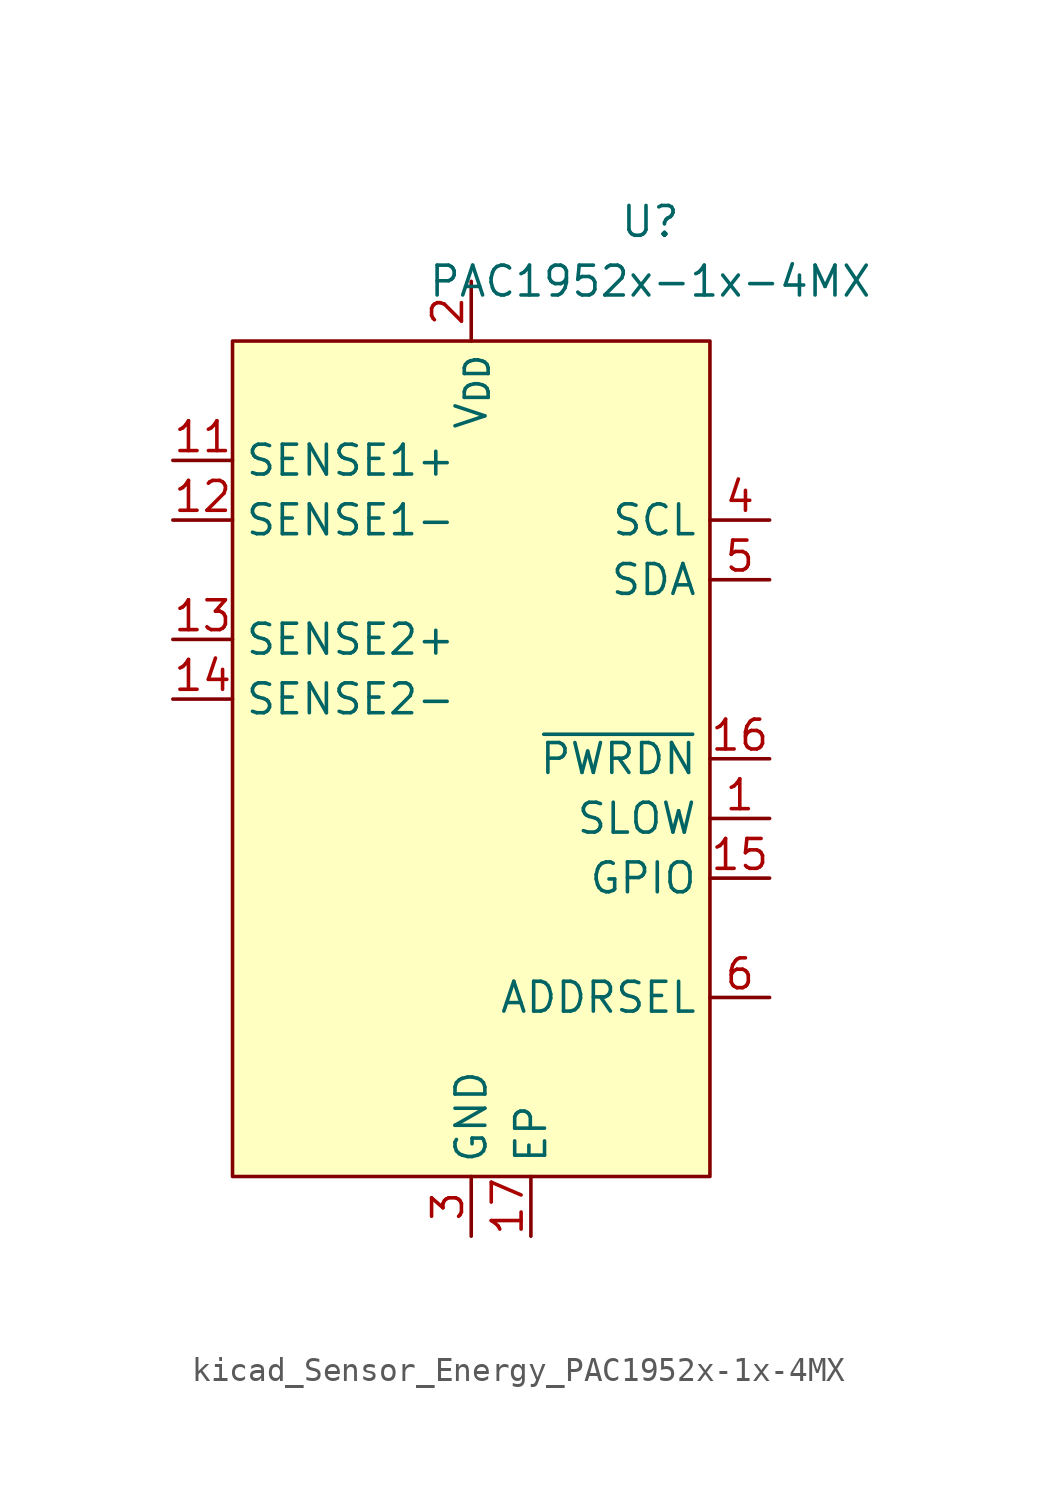
<source format=kicad_sym>
(kicad_symbol_lib
  (version 20220914)
  (generator kicad_symbol_editor)
  (symbol "kicad_Sensor_Energy_PAC1952x-1x-4MX"
    (property "Reference" "U"
      (at 7.62 22.86 0)
      (effects (font (size 1.27 1.27))))
    (property "Value" "PAC1952x-1x-4MX"
      (at 7.62 20.32 0)
      (effects (font (size 1.27 1.27))))
    (symbol "kicad_Sensor_Energy_PAC1952x-1x-4MX_0_0"
      (pin input line (at 12.7 -2.54 180) (length 2.54) (name "SLOW" (effects (font (size 1.27 1.27)))) (number "1" (effects (font (size 1.27 1.27)))) (alternate "GPIO" bidirectional line) (alternate "~{ALERT1}" open_collector line))
      (pin passive line (at 0 -20.32 90) (length 2.54) hide (name "GND" (effects (font (size 1.27 1.27)))) (number "10" (effects (font (size 1.27 1.27)))))
      (pin input line (at -12.7 12.7 0) (length 2.54) (name "SENSE1+" (effects (font (size 1.27 1.27)))) (number "11" (effects (font (size 1.27 1.27)))))
      (pin input line (at -12.7 10.16 0) (length 2.54) (name "SENSE1-" (effects (font (size 1.27 1.27)))) (number "12" (effects (font (size 1.27 1.27)))))
      (pin input line (at -12.7 5.08 0) (length 2.54) (name "SENSE2+" (effects (font (size 1.27 1.27)))) (number "13" (effects (font (size 1.27 1.27)))))
      (pin input line (at -12.7 2.54 0) (length 2.54) (name "SENSE2-" (effects (font (size 1.27 1.27)))) (number "14" (effects (font (size 1.27 1.27)))))
      (pin bidirectional line (at 12.7 -5.08 180) (length 2.54) (name "GPIO" (effects (font (size 1.27 1.27)))) (number "15" (effects (font (size 1.27 1.27)))) (alternate "~{ALERT2}" open_collector line))
      (pin input line (at 12.7 0 180) (length 2.54) (name "~{PWRDN}" (effects (font (size 1.27 1.27)))) (number "16" (effects (font (size 1.27 1.27)))))
      (pin passive line (at 2.54 -20.32 90) (length 2.54) (name "EP" (effects (font (size 1.27 1.27)))) (number "17" (effects (font (size 1.27 1.27)))))
      (pin power_in line (at 0 20.32 270) (length 2.54) (name "V_{DD}" (effects (font (size 1.27 1.27)))) (number "2" (effects (font (size 1.27 1.27)))))
      (pin power_in line (at 0 -20.32 90) (length 2.54) (name "GND" (effects (font (size 1.27 1.27)))) (number "3" (effects (font (size 1.27 1.27)))))
      (pin input line (at 12.7 10.16 180) (length 2.54) (name "SCL" (effects (font (size 1.27 1.27)))) (number "4" (effects (font (size 1.27 1.27)))) (alternate "SM_CLK" input line))
      (pin bidirectional line (at 12.7 7.62 180) (length 2.54) (name "SDA" (effects (font (size 1.27 1.27)))) (number "5" (effects (font (size 1.27 1.27)))) (alternate "SM_DATA" bidirectional line))
      (pin passive line (at 12.7 -10.16 180) (length 2.54) (name "ADDRSEL" (effects (font (size 1.27 1.27)))) (number "6" (effects (font (size 1.27 1.27)))))
      (pin passive line (at 0 -20.32 90) (length 2.54) hide (name "GND" (effects (font (size 1.27 1.27)))) (number "7" (effects (font (size 1.27 1.27)))))
      (pin passive line (at 0 -20.32 90) (length 2.54) hide (name "GND" (effects (font (size 1.27 1.27)))) (number "8" (effects (font (size 1.27 1.27)))))
      (pin passive line (at 0 -20.32 90) (length 2.54) hide (name "GND" (effects (font (size 1.27 1.27)))) (number "9" (effects (font (size 1.27 1.27))))))
    (symbol "kicad_Sensor_Energy_PAC1952x-1x-4MX_0_1"
      (rectangle (start -10.16 17.78) (end 10.16 -17.78) (stroke (width 0) (type default)) (fill (type background))))))
</source>
